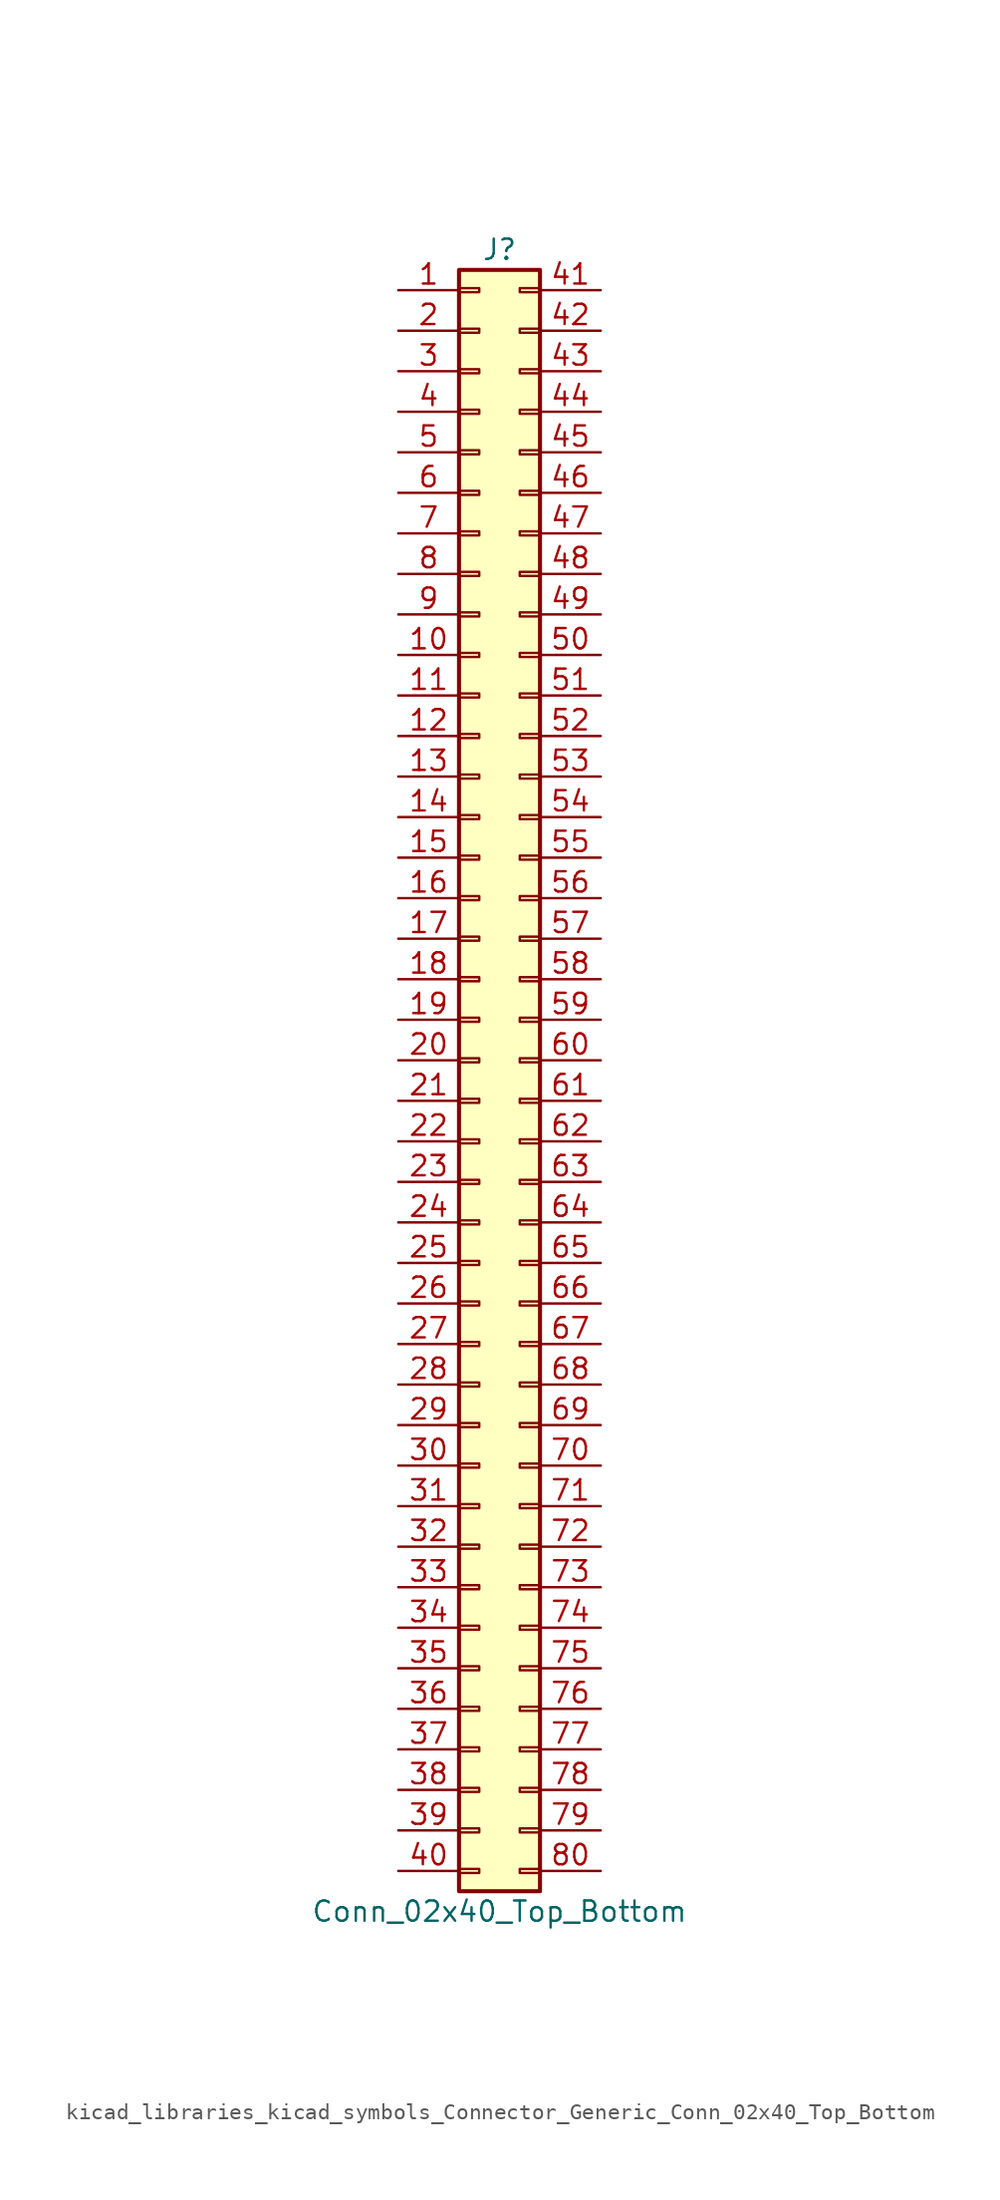
<source format=kicad_sym>
(kicad_symbol_lib
  (version 20220914)
  (generator kicad_symbol_editor)
  (symbol "kicad_libraries_kicad_symbols_Connector_Generic_Conn_02x40_Top_Bottom"
    (pin_names
      (offset 1.016) hide)
    (property "Reference" "J"
      (at 1.27 50.8 0)
      (effects (font (size 1.27 1.27))))
    (property "Value" "Conn_02x40_Top_Bottom"
      (at 1.27 -53.34 0)
      (effects (font (size 1.27 1.27))))
    (symbol "kicad_libraries_kicad_symbols_Connector_Generic_Conn_02x40_Top_Bottom_1_1"
      (rectangle (start -1.27 -50.673) (end 0 -50.927) (stroke (width 0.152) (type default)) (fill (type none)))
      (rectangle (start -1.27 -48.133) (end 0 -48.387) (stroke (width 0.152) (type default)) (fill (type none)))
      (rectangle (start -1.27 -45.593) (end 0 -45.847) (stroke (width 0.152) (type default)) (fill (type none)))
      (rectangle (start -1.27 -43.053) (end 0 -43.307) (stroke (width 0.152) (type default)) (fill (type none)))
      (rectangle (start -1.27 -40.513) (end 0 -40.767) (stroke (width 0.152) (type default)) (fill (type none)))
      (rectangle (start -1.27 -37.973) (end 0 -38.227) (stroke (width 0.152) (type default)) (fill (type none)))
      (rectangle (start -1.27 -35.433) (end 0 -35.687) (stroke (width 0.152) (type default)) (fill (type none)))
      (rectangle (start -1.27 -32.893) (end 0 -33.147) (stroke (width 0.152) (type default)) (fill (type none)))
      (rectangle (start -1.27 -30.353) (end 0 -30.607) (stroke (width 0.152) (type default)) (fill (type none)))
      (rectangle (start -1.27 -27.813) (end 0 -28.067) (stroke (width 0.152) (type default)) (fill (type none)))
      (rectangle (start -1.27 -25.273) (end 0 -25.527) (stroke (width 0.152) (type default)) (fill (type none)))
      (rectangle (start -1.27 -22.733) (end 0 -22.987) (stroke (width 0.152) (type default)) (fill (type none)))
      (rectangle (start -1.27 -20.193) (end 0 -20.447) (stroke (width 0.152) (type default)) (fill (type none)))
      (rectangle (start -1.27 -17.653) (end 0 -17.907) (stroke (width 0.152) (type default)) (fill (type none)))
      (rectangle (start -1.27 -15.113) (end 0 -15.367) (stroke (width 0.152) (type default)) (fill (type none)))
      (rectangle (start -1.27 -12.573) (end 0 -12.827) (stroke (width 0.152) (type default)) (fill (type none)))
      (rectangle (start -1.27 -10.033) (end 0 -10.287) (stroke (width 0.152) (type default)) (fill (type none)))
      (rectangle (start -1.27 -7.493) (end 0 -7.747) (stroke (width 0.152) (type default)) (fill (type none)))
      (rectangle (start -1.27 -4.953) (end 0 -5.207) (stroke (width 0.152) (type default)) (fill (type none)))
      (rectangle (start -1.27 -2.413) (end 0 -2.667) (stroke (width 0.152) (type default)) (fill (type none)))
      (rectangle (start -1.27 0.127) (end 0 -0.127) (stroke (width 0.152) (type default)) (fill (type none)))
      (rectangle (start -1.27 2.667) (end 0 2.413) (stroke (width 0.152) (type default)) (fill (type none)))
      (rectangle (start -1.27 5.207) (end 0 4.953) (stroke (width 0.152) (type default)) (fill (type none)))
      (rectangle (start -1.27 7.747) (end 0 7.493) (stroke (width 0.152) (type default)) (fill (type none)))
      (rectangle (start -1.27 10.287) (end 0 10.033) (stroke (width 0.152) (type default)) (fill (type none)))
      (rectangle (start -1.27 12.827) (end 0 12.573) (stroke (width 0.152) (type default)) (fill (type none)))
      (rectangle (start -1.27 15.367) (end 0 15.113) (stroke (width 0.152) (type default)) (fill (type none)))
      (rectangle (start -1.27 17.907) (end 0 17.653) (stroke (width 0.152) (type default)) (fill (type none)))
      (rectangle (start -1.27 20.447) (end 0 20.193) (stroke (width 0.152) (type default)) (fill (type none)))
      (rectangle (start -1.27 22.987) (end 0 22.733) (stroke (width 0.152) (type default)) (fill (type none)))
      (rectangle (start -1.27 25.527) (end 0 25.273) (stroke (width 0.152) (type default)) (fill (type none)))
      (rectangle (start -1.27 28.067) (end 0 27.813) (stroke (width 0.152) (type default)) (fill (type none)))
      (rectangle (start -1.27 30.607) (end 0 30.353) (stroke (width 0.152) (type default)) (fill (type none)))
      (rectangle (start -1.27 33.147) (end 0 32.893) (stroke (width 0.152) (type default)) (fill (type none)))
      (rectangle (start -1.27 35.687) (end 0 35.433) (stroke (width 0.152) (type default)) (fill (type none)))
      (rectangle (start -1.27 38.227) (end 0 37.973) (stroke (width 0.152) (type default)) (fill (type none)))
      (rectangle (start -1.27 40.767) (end 0 40.513) (stroke (width 0.152) (type default)) (fill (type none)))
      (rectangle (start -1.27 43.307) (end 0 43.053) (stroke (width 0.152) (type default)) (fill (type none)))
      (rectangle (start -1.27 45.847) (end 0 45.593) (stroke (width 0.152) (type default)) (fill (type none)))
      (rectangle (start -1.27 48.387) (end 0 48.133) (stroke (width 0.152) (type default)) (fill (type none)))
      (rectangle (start -1.27 49.53) (end 3.81 -52.07) (stroke (width 0.254) (type default)) (fill (type background)))
      (rectangle (start 3.81 -50.673) (end 2.54 -50.927) (stroke (width 0.152) (type default)) (fill (type none)))
      (rectangle (start 3.81 -48.133) (end 2.54 -48.387) (stroke (width 0.152) (type default)) (fill (type none)))
      (rectangle (start 3.81 -45.593) (end 2.54 -45.847) (stroke (width 0.152) (type default)) (fill (type none)))
      (rectangle (start 3.81 -43.053) (end 2.54 -43.307) (stroke (width 0.152) (type default)) (fill (type none)))
      (rectangle (start 3.81 -40.513) (end 2.54 -40.767) (stroke (width 0.152) (type default)) (fill (type none)))
      (rectangle (start 3.81 -37.973) (end 2.54 -38.227) (stroke (width 0.152) (type default)) (fill (type none)))
      (rectangle (start 3.81 -35.433) (end 2.54 -35.687) (stroke (width 0.152) (type default)) (fill (type none)))
      (rectangle (start 3.81 -32.893) (end 2.54 -33.147) (stroke (width 0.152) (type default)) (fill (type none)))
      (rectangle (start 3.81 -30.353) (end 2.54 -30.607) (stroke (width 0.152) (type default)) (fill (type none)))
      (rectangle (start 3.81 -27.813) (end 2.54 -28.067) (stroke (width 0.152) (type default)) (fill (type none)))
      (rectangle (start 3.81 -25.273) (end 2.54 -25.527) (stroke (width 0.152) (type default)) (fill (type none)))
      (rectangle (start 3.81 -22.733) (end 2.54 -22.987) (stroke (width 0.152) (type default)) (fill (type none)))
      (rectangle (start 3.81 -20.193) (end 2.54 -20.447) (stroke (width 0.152) (type default)) (fill (type none)))
      (rectangle (start 3.81 -17.653) (end 2.54 -17.907) (stroke (width 0.152) (type default)) (fill (type none)))
      (rectangle (start 3.81 -15.113) (end 2.54 -15.367) (stroke (width 0.152) (type default)) (fill (type none)))
      (rectangle (start 3.81 -12.573) (end 2.54 -12.827) (stroke (width 0.152) (type default)) (fill (type none)))
      (rectangle (start 3.81 -10.033) (end 2.54 -10.287) (stroke (width 0.152) (type default)) (fill (type none)))
      (rectangle (start 3.81 -7.493) (end 2.54 -7.747) (stroke (width 0.152) (type default)) (fill (type none)))
      (rectangle (start 3.81 -4.953) (end 2.54 -5.207) (stroke (width 0.152) (type default)) (fill (type none)))
      (rectangle (start 3.81 -2.413) (end 2.54 -2.667) (stroke (width 0.152) (type default)) (fill (type none)))
      (rectangle (start 3.81 0.127) (end 2.54 -0.127) (stroke (width 0.152) (type default)) (fill (type none)))
      (rectangle (start 3.81 2.667) (end 2.54 2.413) (stroke (width 0.152) (type default)) (fill (type none)))
      (rectangle (start 3.81 5.207) (end 2.54 4.953) (stroke (width 0.152) (type default)) (fill (type none)))
      (rectangle (start 3.81 7.747) (end 2.54 7.493) (stroke (width 0.152) (type default)) (fill (type none)))
      (rectangle (start 3.81 10.287) (end 2.54 10.033) (stroke (width 0.152) (type default)) (fill (type none)))
      (rectangle (start 3.81 12.827) (end 2.54 12.573) (stroke (width 0.152) (type default)) (fill (type none)))
      (rectangle (start 3.81 15.367) (end 2.54 15.113) (stroke (width 0.152) (type default)) (fill (type none)))
      (rectangle (start 3.81 17.907) (end 2.54 17.653) (stroke (width 0.152) (type default)) (fill (type none)))
      (rectangle (start 3.81 20.447) (end 2.54 20.193) (stroke (width 0.152) (type default)) (fill (type none)))
      (rectangle (start 3.81 22.987) (end 2.54 22.733) (stroke (width 0.152) (type default)) (fill (type none)))
      (rectangle (start 3.81 25.527) (end 2.54 25.273) (stroke (width 0.152) (type default)) (fill (type none)))
      (rectangle (start 3.81 28.067) (end 2.54 27.813) (stroke (width 0.152) (type default)) (fill (type none)))
      (rectangle (start 3.81 30.607) (end 2.54 30.353) (stroke (width 0.152) (type default)) (fill (type none)))
      (rectangle (start 3.81 33.147) (end 2.54 32.893) (stroke (width 0.152) (type default)) (fill (type none)))
      (rectangle (start 3.81 35.687) (end 2.54 35.433) (stroke (width 0.152) (type default)) (fill (type none)))
      (rectangle (start 3.81 38.227) (end 2.54 37.973) (stroke (width 0.152) (type default)) (fill (type none)))
      (rectangle (start 3.81 40.767) (end 2.54 40.513) (stroke (width 0.152) (type default)) (fill (type none)))
      (rectangle (start 3.81 43.307) (end 2.54 43.053) (stroke (width 0.152) (type default)) (fill (type none)))
      (rectangle (start 3.81 45.847) (end 2.54 45.593) (stroke (width 0.152) (type default)) (fill (type none)))
      (rectangle (start 3.81 48.387) (end 2.54 48.133) (stroke (width 0.152) (type default)) (fill (type none)))
      (pin passive line (at -5.08 48.26 0) (length 3.81) (name "Pin_1" (effects (font (size 1.27 1.27)))) (number "1" (effects (font (size 1.27 1.27)))))
      (pin passive line (at -5.08 25.4 0) (length 3.81) (name "Pin_10" (effects (font (size 1.27 1.27)))) (number "10" (effects (font (size 1.27 1.27)))))
      (pin passive line (at -5.08 22.86 0) (length 3.81) (name "Pin_11" (effects (font (size 1.27 1.27)))) (number "11" (effects (font (size 1.27 1.27)))))
      (pin passive line (at -5.08 20.32 0) (length 3.81) (name "Pin_12" (effects (font (size 1.27 1.27)))) (number "12" (effects (font (size 1.27 1.27)))))
      (pin passive line (at -5.08 17.78 0) (length 3.81) (name "Pin_13" (effects (font (size 1.27 1.27)))) (number "13" (effects (font (size 1.27 1.27)))))
      (pin passive line (at -5.08 15.24 0) (length 3.81) (name "Pin_14" (effects (font (size 1.27 1.27)))) (number "14" (effects (font (size 1.27 1.27)))))
      (pin passive line (at -5.08 12.7 0) (length 3.81) (name "Pin_15" (effects (font (size 1.27 1.27)))) (number "15" (effects (font (size 1.27 1.27)))))
      (pin passive line (at -5.08 10.16 0) (length 3.81) (name "Pin_16" (effects (font (size 1.27 1.27)))) (number "16" (effects (font (size 1.27 1.27)))))
      (pin passive line (at -5.08 7.62 0) (length 3.81) (name "Pin_17" (effects (font (size 1.27 1.27)))) (number "17" (effects (font (size 1.27 1.27)))))
      (pin passive line (at -5.08 5.08 0) (length 3.81) (name "Pin_18" (effects (font (size 1.27 1.27)))) (number "18" (effects (font (size 1.27 1.27)))))
      (pin passive line (at -5.08 2.54 0) (length 3.81) (name "Pin_19" (effects (font (size 1.27 1.27)))) (number "19" (effects (font (size 1.27 1.27)))))
      (pin passive line (at -5.08 45.72 0) (length 3.81) (name "Pin_2" (effects (font (size 1.27 1.27)))) (number "2" (effects (font (size 1.27 1.27)))))
      (pin passive line (at -5.08 0 0) (length 3.81) (name "Pin_20" (effects (font (size 1.27 1.27)))) (number "20" (effects (font (size 1.27 1.27)))))
      (pin passive line (at -5.08 -2.54 0) (length 3.81) (name "Pin_21" (effects (font (size 1.27 1.27)))) (number "21" (effects (font (size 1.27 1.27)))))
      (pin passive line (at -5.08 -5.08 0) (length 3.81) (name "Pin_22" (effects (font (size 1.27 1.27)))) (number "22" (effects (font (size 1.27 1.27)))))
      (pin passive line (at -5.08 -7.62 0) (length 3.81) (name "Pin_23" (effects (font (size 1.27 1.27)))) (number "23" (effects (font (size 1.27 1.27)))))
      (pin passive line (at -5.08 -10.16 0) (length 3.81) (name "Pin_24" (effects (font (size 1.27 1.27)))) (number "24" (effects (font (size 1.27 1.27)))))
      (pin passive line (at -5.08 -12.7 0) (length 3.81) (name "Pin_25" (effects (font (size 1.27 1.27)))) (number "25" (effects (font (size 1.27 1.27)))))
      (pin passive line (at -5.08 -15.24 0) (length 3.81) (name "Pin_26" (effects (font (size 1.27 1.27)))) (number "26" (effects (font (size 1.27 1.27)))))
      (pin passive line (at -5.08 -17.78 0) (length 3.81) (name "Pin_27" (effects (font (size 1.27 1.27)))) (number "27" (effects (font (size 1.27 1.27)))))
      (pin passive line (at -5.08 -20.32 0) (length 3.81) (name "Pin_28" (effects (font (size 1.27 1.27)))) (number "28" (effects (font (size 1.27 1.27)))))
      (pin passive line (at -5.08 -22.86 0) (length 3.81) (name "Pin_29" (effects (font (size 1.27 1.27)))) (number "29" (effects (font (size 1.27 1.27)))))
      (pin passive line (at -5.08 43.18 0) (length 3.81) (name "Pin_3" (effects (font (size 1.27 1.27)))) (number "3" (effects (font (size 1.27 1.27)))))
      (pin passive line (at -5.08 -25.4 0) (length 3.81) (name "Pin_30" (effects (font (size 1.27 1.27)))) (number "30" (effects (font (size 1.27 1.27)))))
      (pin passive line (at -5.08 -27.94 0) (length 3.81) (name "Pin_31" (effects (font (size 1.27 1.27)))) (number "31" (effects (font (size 1.27 1.27)))))
      (pin passive line (at -5.08 -30.48 0) (length 3.81) (name "Pin_32" (effects (font (size 1.27 1.27)))) (number "32" (effects (font (size 1.27 1.27)))))
      (pin passive line (at -5.08 -33.02 0) (length 3.81) (name "Pin_33" (effects (font (size 1.27 1.27)))) (number "33" (effects (font (size 1.27 1.27)))))
      (pin passive line (at -5.08 -35.56 0) (length 3.81) (name "Pin_34" (effects (font (size 1.27 1.27)))) (number "34" (effects (font (size 1.27 1.27)))))
      (pin passive line (at -5.08 -38.1 0) (length 3.81) (name "Pin_35" (effects (font (size 1.27 1.27)))) (number "35" (effects (font (size 1.27 1.27)))))
      (pin passive line (at -5.08 -40.64 0) (length 3.81) (name "Pin_36" (effects (font (size 1.27 1.27)))) (number "36" (effects (font (size 1.27 1.27)))))
      (pin passive line (at -5.08 -43.18 0) (length 3.81) (name "Pin_37" (effects (font (size 1.27 1.27)))) (number "37" (effects (font (size 1.27 1.27)))))
      (pin passive line (at -5.08 -45.72 0) (length 3.81) (name "Pin_38" (effects (font (size 1.27 1.27)))) (number "38" (effects (font (size 1.27 1.27)))))
      (pin passive line (at -5.08 -48.26 0) (length 3.81) (name "Pin_39" (effects (font (size 1.27 1.27)))) (number "39" (effects (font (size 1.27 1.27)))))
      (pin passive line (at -5.08 40.64 0) (length 3.81) (name "Pin_4" (effects (font (size 1.27 1.27)))) (number "4" (effects (font (size 1.27 1.27)))))
      (pin passive line (at -5.08 -50.8 0) (length 3.81) (name "Pin_40" (effects (font (size 1.27 1.27)))) (number "40" (effects (font (size 1.27 1.27)))))
      (pin passive line (at 7.62 48.26 180) (length 3.81) (name "Pin_41" (effects (font (size 1.27 1.27)))) (number "41" (effects (font (size 1.27 1.27)))))
      (pin passive line (at 7.62 45.72 180) (length 3.81) (name "Pin_42" (effects (font (size 1.27 1.27)))) (number "42" (effects (font (size 1.27 1.27)))))
      (pin passive line (at 7.62 43.18 180) (length 3.81) (name "Pin_43" (effects (font (size 1.27 1.27)))) (number "43" (effects (font (size 1.27 1.27)))))
      (pin passive line (at 7.62 40.64 180) (length 3.81) (name "Pin_44" (effects (font (size 1.27 1.27)))) (number "44" (effects (font (size 1.27 1.27)))))
      (pin passive line (at 7.62 38.1 180) (length 3.81) (name "Pin_45" (effects (font (size 1.27 1.27)))) (number "45" (effects (font (size 1.27 1.27)))))
      (pin passive line (at 7.62 35.56 180) (length 3.81) (name "Pin_46" (effects (font (size 1.27 1.27)))) (number "46" (effects (font (size 1.27 1.27)))))
      (pin passive line (at 7.62 33.02 180) (length 3.81) (name "Pin_47" (effects (font (size 1.27 1.27)))) (number "47" (effects (font (size 1.27 1.27)))))
      (pin passive line (at 7.62 30.48 180) (length 3.81) (name "Pin_48" (effects (font (size 1.27 1.27)))) (number "48" (effects (font (size 1.27 1.27)))))
      (pin passive line (at 7.62 27.94 180) (length 3.81) (name "Pin_49" (effects (font (size 1.27 1.27)))) (number "49" (effects (font (size 1.27 1.27)))))
      (pin passive line (at -5.08 38.1 0) (length 3.81) (name "Pin_5" (effects (font (size 1.27 1.27)))) (number "5" (effects (font (size 1.27 1.27)))))
      (pin passive line (at 7.62 25.4 180) (length 3.81) (name "Pin_50" (effects (font (size 1.27 1.27)))) (number "50" (effects (font (size 1.27 1.27)))))
      (pin passive line (at 7.62 22.86 180) (length 3.81) (name "Pin_51" (effects (font (size 1.27 1.27)))) (number "51" (effects (font (size 1.27 1.27)))))
      (pin passive line (at 7.62 20.32 180) (length 3.81) (name "Pin_52" (effects (font (size 1.27 1.27)))) (number "52" (effects (font (size 1.27 1.27)))))
      (pin passive line (at 7.62 17.78 180) (length 3.81) (name "Pin_53" (effects (font (size 1.27 1.27)))) (number "53" (effects (font (size 1.27 1.27)))))
      (pin passive line (at 7.62 15.24 180) (length 3.81) (name "Pin_54" (effects (font (size 1.27 1.27)))) (number "54" (effects (font (size 1.27 1.27)))))
      (pin passive line (at 7.62 12.7 180) (length 3.81) (name "Pin_55" (effects (font (size 1.27 1.27)))) (number "55" (effects (font (size 1.27 1.27)))))
      (pin passive line (at 7.62 10.16 180) (length 3.81) (name "Pin_56" (effects (font (size 1.27 1.27)))) (number "56" (effects (font (size 1.27 1.27)))))
      (pin passive line (at 7.62 7.62 180) (length 3.81) (name "Pin_57" (effects (font (size 1.27 1.27)))) (number "57" (effects (font (size 1.27 1.27)))))
      (pin passive line (at 7.62 5.08 180) (length 3.81) (name "Pin_58" (effects (font (size 1.27 1.27)))) (number "58" (effects (font (size 1.27 1.27)))))
      (pin passive line (at 7.62 2.54 180) (length 3.81) (name "Pin_59" (effects (font (size 1.27 1.27)))) (number "59" (effects (font (size 1.27 1.27)))))
      (pin passive line (at -5.08 35.56 0) (length 3.81) (name "Pin_6" (effects (font (size 1.27 1.27)))) (number "6" (effects (font (size 1.27 1.27)))))
      (pin passive line (at 7.62 0 180) (length 3.81) (name "Pin_60" (effects (font (size 1.27 1.27)))) (number "60" (effects (font (size 1.27 1.27)))))
      (pin passive line (at 7.62 -2.54 180) (length 3.81) (name "Pin_61" (effects (font (size 1.27 1.27)))) (number "61" (effects (font (size 1.27 1.27)))))
      (pin passive line (at 7.62 -5.08 180) (length 3.81) (name "Pin_62" (effects (font (size 1.27 1.27)))) (number "62" (effects (font (size 1.27 1.27)))))
      (pin passive line (at 7.62 -7.62 180) (length 3.81) (name "Pin_63" (effects (font (size 1.27 1.27)))) (number "63" (effects (font (size 1.27 1.27)))))
      (pin passive line (at 7.62 -10.16 180) (length 3.81) (name "Pin_64" (effects (font (size 1.27 1.27)))) (number "64" (effects (font (size 1.27 1.27)))))
      (pin passive line (at 7.62 -12.7 180) (length 3.81) (name "Pin_65" (effects (font (size 1.27 1.27)))) (number "65" (effects (font (size 1.27 1.27)))))
      (pin passive line (at 7.62 -15.24 180) (length 3.81) (name "Pin_66" (effects (font (size 1.27 1.27)))) (number "66" (effects (font (size 1.27 1.27)))))
      (pin passive line (at 7.62 -17.78 180) (length 3.81) (name "Pin_67" (effects (font (size 1.27 1.27)))) (number "67" (effects (font (size 1.27 1.27)))))
      (pin passive line (at 7.62 -20.32 180) (length 3.81) (name "Pin_68" (effects (font (size 1.27 1.27)))) (number "68" (effects (font (size 1.27 1.27)))))
      (pin passive line (at 7.62 -22.86 180) (length 3.81) (name "Pin_69" (effects (font (size 1.27 1.27)))) (number "69" (effects (font (size 1.27 1.27)))))
      (pin passive line (at -5.08 33.02 0) (length 3.81) (name "Pin_7" (effects (font (size 1.27 1.27)))) (number "7" (effects (font (size 1.27 1.27)))))
      (pin passive line (at 7.62 -25.4 180) (length 3.81) (name "Pin_70" (effects (font (size 1.27 1.27)))) (number "70" (effects (font (size 1.27 1.27)))))
      (pin passive line (at 7.62 -27.94 180) (length 3.81) (name "Pin_71" (effects (font (size 1.27 1.27)))) (number "71" (effects (font (size 1.27 1.27)))))
      (pin passive line (at 7.62 -30.48 180) (length 3.81) (name "Pin_72" (effects (font (size 1.27 1.27)))) (number "72" (effects (font (size 1.27 1.27)))))
      (pin passive line (at 7.62 -33.02 180) (length 3.81) (name "Pin_73" (effects (font (size 1.27 1.27)))) (number "73" (effects (font (size 1.27 1.27)))))
      (pin passive line (at 7.62 -35.56 180) (length 3.81) (name "Pin_74" (effects (font (size 1.27 1.27)))) (number "74" (effects (font (size 1.27 1.27)))))
      (pin passive line (at 7.62 -38.1 180) (length 3.81) (name "Pin_75" (effects (font (size 1.27 1.27)))) (number "75" (effects (font (size 1.27 1.27)))))
      (pin passive line (at 7.62 -40.64 180) (length 3.81) (name "Pin_76" (effects (font (size 1.27 1.27)))) (number "76" (effects (font (size 1.27 1.27)))))
      (pin passive line (at 7.62 -43.18 180) (length 3.81) (name "Pin_77" (effects (font (size 1.27 1.27)))) (number "77" (effects (font (size 1.27 1.27)))))
      (pin passive line (at 7.62 -45.72 180) (length 3.81) (name "Pin_78" (effects (font (size 1.27 1.27)))) (number "78" (effects (font (size 1.27 1.27)))))
      (pin passive line (at 7.62 -48.26 180) (length 3.81) (name "Pin_79" (effects (font (size 1.27 1.27)))) (number "79" (effects (font (size 1.27 1.27)))))
      (pin passive line (at -5.08 30.48 0) (length 3.81) (name "Pin_8" (effects (font (size 1.27 1.27)))) (number "8" (effects (font (size 1.27 1.27)))))
      (pin passive line (at 7.62 -50.8 180) (length 3.81) (name "Pin_80" (effects (font (size 1.27 1.27)))) (number "80" (effects (font (size 1.27 1.27)))))
      (pin passive line (at -5.08 27.94 0) (length 3.81) (name "Pin_9" (effects (font (size 1.27 1.27)))) (number "9" (effects (font (size 1.27 1.27))))))))
</source>
